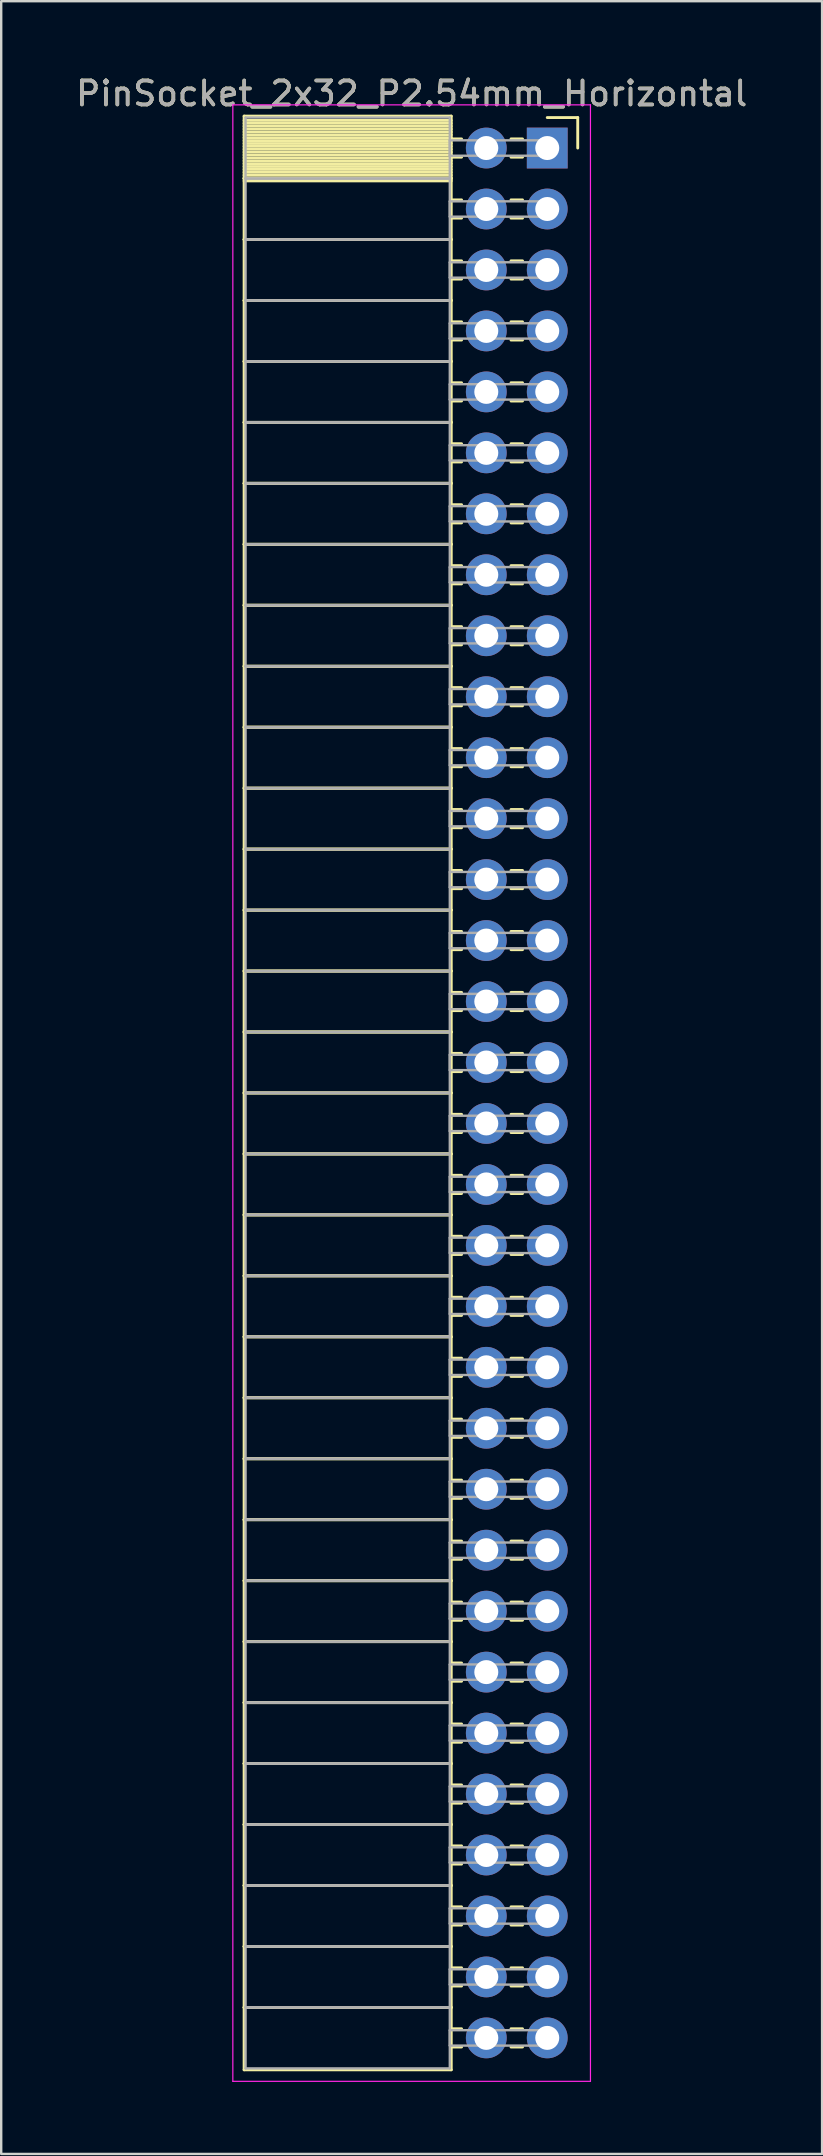
<source format=kicad_pcb>
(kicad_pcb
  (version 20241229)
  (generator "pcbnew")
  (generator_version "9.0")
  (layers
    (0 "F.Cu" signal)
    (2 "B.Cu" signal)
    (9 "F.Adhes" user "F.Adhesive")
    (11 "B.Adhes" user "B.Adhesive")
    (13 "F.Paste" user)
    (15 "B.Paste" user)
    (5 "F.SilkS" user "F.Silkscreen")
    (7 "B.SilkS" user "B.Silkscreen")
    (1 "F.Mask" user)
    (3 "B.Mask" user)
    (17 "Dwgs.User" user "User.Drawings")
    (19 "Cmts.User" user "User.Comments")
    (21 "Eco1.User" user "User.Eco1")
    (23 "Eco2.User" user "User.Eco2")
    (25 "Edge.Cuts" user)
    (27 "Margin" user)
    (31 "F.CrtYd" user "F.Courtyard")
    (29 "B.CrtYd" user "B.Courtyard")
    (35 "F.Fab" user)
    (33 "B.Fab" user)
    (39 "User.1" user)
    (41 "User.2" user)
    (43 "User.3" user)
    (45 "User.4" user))
  (footprint "PinSocket_2x32_P2.54mm_Horizontal"
    (layer "F.Cu")
    (at 19.751 3.118)
    (property "Reference" "PinSocket_2x32_P2.54mm_Horizontal" (at -5.65 -2.27 0) (layer "F.SilkS") (effects (font (size 1 1) (thickness 0.15))))
    (attr through_hole)
    (fp_line (start -12.63 -1.33) (end -4 -1.33) (stroke (width 0.12) (type solid)) (layer "F.SilkS"))
    (fp_line (start -12.63 1.27) (end -12.63 -1.33) (stroke (width 0.12) (type solid)) (layer "F.SilkS"))
    (fp_line (start -12.63 1.27) (end -4 1.27) (stroke (width 0.12) (type solid)) (layer "F.SilkS"))
    (fp_line (start -12.63 3.81) (end -12.63 1.27) (stroke (width 0.12) (type solid)) (layer "F.SilkS"))
    (fp_line (start -12.63 3.81) (end -4 3.81) (stroke (width 0.12) (type solid)) (layer "F.SilkS"))
    (fp_line (start -12.63 6.35) (end -12.63 3.81) (stroke (width 0.12) (type solid)) (layer "F.SilkS"))
    (fp_line (start -12.63 6.35) (end -4 6.35) (stroke (width 0.12) (type solid)) (layer "F.SilkS"))
    (fp_line (start -12.63 8.89) (end -12.63 6.35) (stroke (width 0.12) (type solid)) (layer "F.SilkS"))
    (fp_line (start -12.63 8.89) (end -4 8.89) (stroke (width 0.12) (type solid)) (layer "F.SilkS"))
    (fp_line (start -12.63 11.43) (end -12.63 8.89) (stroke (width 0.12) (type solid)) (layer "F.SilkS"))
    (fp_line (start -12.63 11.43) (end -4 11.43) (stroke (width 0.12) (type solid)) (layer "F.SilkS"))
    (fp_line (start -12.63 13.97) (end -12.63 11.43) (stroke (width 0.12) (type solid)) (layer "F.SilkS"))
    (fp_line (start -12.63 13.97) (end -4 13.97) (stroke (width 0.12) (type solid)) (layer "F.SilkS"))
    (fp_line (start -12.63 16.51) (end -12.63 13.97) (stroke (width 0.12) (type solid)) (layer "F.SilkS"))
    (fp_line (start -12.63 16.51) (end -4 16.51) (stroke (width 0.12) (type solid)) (layer "F.SilkS"))
    (fp_line (start -12.63 19.05) (end -12.63 16.51) (stroke (width 0.12) (type solid)) (layer "F.SilkS"))
    (fp_line (start -12.63 19.05) (end -4 19.05) (stroke (width 0.12) (type solid)) (layer "F.SilkS"))
    (fp_line (start -12.63 21.59) (end -12.63 19.05) (stroke (width 0.12) (type solid)) (layer "F.SilkS"))
    (fp_line (start -12.63 21.59) (end -4 21.59) (stroke (width 0.12) (type solid)) (layer "F.SilkS"))
    (fp_line (start -12.63 24.13) (end -12.63 21.59) (stroke (width 0.12) (type solid)) (layer "F.SilkS"))
    (fp_line (start -12.63 24.13) (end -4 24.13) (stroke (width 0.12) (type solid)) (layer "F.SilkS"))
    (fp_line (start -12.63 26.67) (end -12.63 24.13) (stroke (width 0.12) (type solid)) (layer "F.SilkS"))
    (fp_line (start -12.63 26.67) (end -4 26.67) (stroke (width 0.12) (type solid)) (layer "F.SilkS"))
    (fp_line (start -12.63 29.21) (end -12.63 26.67) (stroke (width 0.12) (type solid)) (layer "F.SilkS"))
    (fp_line (start -12.63 29.21) (end -4 29.21) (stroke (width 0.12) (type solid)) (layer "F.SilkS"))
    (fp_line (start -12.63 31.75) (end -12.63 29.21) (stroke (width 0.12) (type solid)) (layer "F.SilkS"))
    (fp_line (start -12.63 31.75) (end -4 31.75) (stroke (width 0.12) (type solid)) (layer "F.SilkS"))
    (fp_line (start -12.63 34.29) (end -12.63 31.75) (stroke (width 0.12) (type solid)) (layer "F.SilkS"))
    (fp_line (start -12.63 34.29) (end -4 34.29) (stroke (width 0.12) (type solid)) (layer "F.SilkS"))
    (fp_line (start -12.63 36.83) (end -12.63 34.29) (stroke (width 0.12) (type solid)) (layer "F.SilkS"))
    (fp_line (start -12.63 36.83) (end -4 36.83) (stroke (width 0.12) (type solid)) (layer "F.SilkS"))
    (fp_line (start -12.63 39.37) (end -12.63 36.83) (stroke (width 0.12) (type solid)) (layer "F.SilkS"))
    (fp_line (start -12.63 39.37) (end -4 39.37) (stroke (width 0.12) (type solid)) (layer "F.SilkS"))
    (fp_line (start -12.63 41.91) (end -12.63 39.37) (stroke (width 0.12) (type solid)) (layer "F.SilkS"))
    (fp_line (start -12.63 41.91) (end -4 41.91) (stroke (width 0.12) (type solid)) (layer "F.SilkS"))
    (fp_line (start -12.63 44.45) (end -12.63 41.91) (stroke (width 0.12) (type solid)) (layer "F.SilkS"))
    (fp_line (start -12.63 44.45) (end -4 44.45) (stroke (width 0.12) (type solid)) (layer "F.SilkS"))
    (fp_line (start -12.63 46.99) (end -12.63 44.45) (stroke (width 0.12) (type solid)) (layer "F.SilkS"))
    (fp_line (start -12.63 46.99) (end -4 46.99) (stroke (width 0.12) (type solid)) (layer "F.SilkS"))
    (fp_line (start -12.63 49.53) (end -12.63 46.99) (stroke (width 0.12) (type solid)) (layer "F.SilkS"))
    (fp_line (start -12.63 49.53) (end -4 49.53) (stroke (width 0.12) (type solid)) (layer "F.SilkS"))
    (fp_line (start -12.63 52.07) (end -12.63 49.53) (stroke (width 0.12) (type solid)) (layer "F.SilkS"))
    (fp_line (start -12.63 52.07) (end -4 52.07) (stroke (width 0.12) (type solid)) (layer "F.SilkS"))
    (fp_line (start -12.63 54.61) (end -12.63 52.07) (stroke (width 0.12) (type solid)) (layer "F.SilkS"))
    (fp_line (start -12.63 54.61) (end -4 54.61) (stroke (width 0.12) (type solid)) (layer "F.SilkS"))
    (fp_line (start -12.63 57.15) (end -12.63 54.61) (stroke (width 0.12) (type solid)) (layer "F.SilkS"))
    (fp_line (start -12.63 57.15) (end -4 57.15) (stroke (width 0.12) (type solid)) (layer "F.SilkS"))
    (fp_line (start -12.63 59.69) (end -12.63 57.15) (stroke (width 0.12) (type solid)) (layer "F.SilkS"))
    (fp_line (start -12.63 59.69) (end -4 59.69) (stroke (width 0.12) (type solid)) (layer "F.SilkS"))
    (fp_line (start -12.63 62.23) (end -12.63 59.69) (stroke (width 0.12) (type solid)) (layer "F.SilkS"))
    (fp_line (start -12.63 62.23) (end -4 62.23) (stroke (width 0.12) (type solid)) (layer "F.SilkS"))
    (fp_line (start -12.63 64.77) (end -12.63 62.23) (stroke (width 0.12) (type solid)) (layer "F.SilkS"))
    (fp_line (start -12.63 64.77) (end -4 64.77) (stroke (width 0.12) (type solid)) (layer "F.SilkS"))
    (fp_line (start -12.63 67.31) (end -12.63 64.77) (stroke (width 0.12) (type solid)) (layer "F.SilkS"))
    (fp_line (start -12.63 67.31) (end -4 67.31) (stroke (width 0.12) (type solid)) (layer "F.SilkS"))
    (fp_line (start -12.63 69.85) (end -12.63 67.31) (stroke (width 0.12) (type solid)) (layer "F.SilkS"))
    (fp_line (start -12.63 69.85) (end -4 69.85) (stroke (width 0.12) (type solid)) (layer "F.SilkS"))
    (fp_line (start -12.63 72.39) (end -12.63 69.85) (stroke (width 0.12) (type solid)) (layer "F.SilkS"))
    (fp_line (start -12.63 72.39) (end -4 72.39) (stroke (width 0.12) (type solid)) (layer "F.SilkS"))
    (fp_line (start -12.63 74.93) (end -12.63 72.39) (stroke (width 0.12) (type solid)) (layer "F.SilkS"))
    (fp_line (start -12.63 74.93) (end -4 74.93) (stroke (width 0.12) (type solid)) (layer "F.SilkS"))
    (fp_line (start -12.63 77.47) (end -12.63 74.93) (stroke (width 0.12) (type solid)) (layer "F.SilkS"))
    (fp_line (start -12.63 77.47) (end -4 77.47) (stroke (width 0.12) (type solid)) (layer "F.SilkS"))
    (fp_line (start -12.63 80.07) (end -12.63 77.47) (stroke (width 0.12) (type solid)) (layer "F.SilkS"))
    (fp_line (start -4 -1.33) (end -4 1.27) (stroke (width 0.12) (type solid)) (layer "F.SilkS"))
    (fp_line (start -4 -1.15) (end -12.63 -1.15) (stroke (width 0.12) (type solid)) (layer "F.SilkS"))
    (fp_line (start -4 -1.03) (end -12.63 -1.03) (stroke (width 0.12) (type solid)) (layer "F.SilkS"))
    (fp_line (start -4 -0.91) (end -12.63 -0.91) (stroke (width 0.12) (type solid)) (layer "F.SilkS"))
    (fp_line (start -4 -0.79) (end -12.63 -0.79) (stroke (width 0.12) (type solid)) (layer "F.SilkS"))
    (fp_line (start -4 -0.67) (end -12.63 -0.67) (stroke (width 0.12) (type solid)) (layer "F.SilkS"))
    (fp_line (start -4 -0.55) (end -12.63 -0.55) (stroke (width 0.12) (type solid)) (layer "F.SilkS"))
    (fp_line (start -4 -0.43) (end -12.63 -0.43) (stroke (width 0.12) (type solid)) (layer "F.SilkS"))
    (fp_line (start -4 -0.31) (end -12.63 -0.31) (stroke (width 0.12) (type solid)) (layer "F.SilkS"))
    (fp_line (start -4 -0.19) (end -12.63 -0.19) (stroke (width 0.12) (type solid)) (layer "F.SilkS"))
    (fp_line (start -4 -0.07) (end -12.63 -0.07) (stroke (width 0.12) (type solid)) (layer "F.SilkS"))
    (fp_line (start -4 0.05) (end -12.63 0.05) (stroke (width 0.12) (type solid)) (layer "F.SilkS"))
    (fp_line (start -4 0.17) (end -12.63 0.17) (stroke (width 0.12) (type solid)) (layer "F.SilkS"))
    (fp_line (start -4 0.29) (end -12.63 0.29) (stroke (width 0.12) (type solid)) (layer "F.SilkS"))
    (fp_line (start -4 0.41) (end -12.63 0.41) (stroke (width 0.12) (type solid)) (layer "F.SilkS"))
    (fp_line (start -4 0.53) (end -12.63 0.53) (stroke (width 0.12) (type solid)) (layer "F.SilkS"))
    (fp_line (start -4 0.65) (end -12.63 0.65) (stroke (width 0.12) (type solid)) (layer "F.SilkS"))
    (fp_line (start -4 0.77) (end -12.63 0.77) (stroke (width 0.12) (type solid)) (layer "F.SilkS"))
    (fp_line (start -4 0.89) (end -12.63 0.89) (stroke (width 0.12) (type solid)) (layer "F.SilkS"))
    (fp_line (start -4 1.01) (end -12.63 1.01) (stroke (width 0.12) (type solid)) (layer "F.SilkS"))
    (fp_line (start -4 1.13) (end -12.63 1.13) (stroke (width 0.12) (type solid)) (layer "F.SilkS"))
    (fp_line (start -4 1.25) (end -12.63 1.25) (stroke (width 0.12) (type solid)) (layer "F.SilkS"))
    (fp_line (start -4 1.27) (end -12.63 1.27) (stroke (width 0.12) (type solid)) (layer "F.SilkS"))
    (fp_line (start -4 1.27) (end -4 3.81) (stroke (width 0.12) (type solid)) (layer "F.SilkS"))
    (fp_line (start -4 1.37) (end -12.63 1.37) (stroke (width 0.12) (type solid)) (layer "F.SilkS"))
    (fp_line (start -4 3.81) (end -12.63 3.81) (stroke (width 0.12) (type solid)) (layer "F.SilkS"))
    (fp_line (start -4 3.81) (end -4 6.35) (stroke (width 0.12) (type solid)) (layer "F.SilkS"))
    (fp_line (start -4 6.35) (end -12.63 6.35) (stroke (width 0.12) (type solid)) (layer "F.SilkS"))
    (fp_line (start -4 6.35) (end -4 8.89) (stroke (width 0.12) (type solid)) (layer "F.SilkS"))
    (fp_line (start -4 8.89) (end -12.63 8.89) (stroke (width 0.12) (type solid)) (layer "F.SilkS"))
    (fp_line (start -4 8.89) (end -4 11.43) (stroke (width 0.12) (type solid)) (layer "F.SilkS"))
    (fp_line (start -4 11.43) (end -12.63 11.43) (stroke (width 0.12) (type solid)) (layer "F.SilkS"))
    (fp_line (start -4 11.43) (end -4 13.97) (stroke (width 0.12) (type solid)) (layer "F.SilkS"))
    (fp_line (start -4 13.97) (end -12.63 13.97) (stroke (width 0.12) (type solid)) (layer "F.SilkS"))
    (fp_line (start -4 13.97) (end -4 16.51) (stroke (width 0.12) (type solid)) (layer "F.SilkS"))
    (fp_line (start -4 16.51) (end -12.63 16.51) (stroke (width 0.12) (type solid)) (layer "F.SilkS"))
    (fp_line (start -4 16.51) (end -4 19.05) (stroke (width 0.12) (type solid)) (layer "F.SilkS"))
    (fp_line (start -4 19.05) (end -12.63 19.05) (stroke (width 0.12) (type solid)) (layer "F.SilkS"))
    (fp_line (start -4 19.05) (end -4 21.59) (stroke (width 0.12) (type solid)) (layer "F.SilkS"))
    (fp_line (start -4 21.59) (end -12.63 21.59) (stroke (width 0.12) (type solid)) (layer "F.SilkS"))
    (fp_line (start -4 21.59) (end -4 24.13) (stroke (width 0.12) (type solid)) (layer "F.SilkS"))
    (fp_line (start -4 24.13) (end -12.63 24.13) (stroke (width 0.12) (type solid)) (layer "F.SilkS"))
    (fp_line (start -4 24.13) (end -4 26.67) (stroke (width 0.12) (type solid)) (layer "F.SilkS"))
    (fp_line (start -4 26.67) (end -12.63 26.67) (stroke (width 0.12) (type solid)) (layer "F.SilkS"))
    (fp_line (start -4 26.67) (end -4 29.21) (stroke (width 0.12) (type solid)) (layer "F.SilkS"))
    (fp_line (start -4 29.21) (end -12.63 29.21) (stroke (width 0.12) (type solid)) (layer "F.SilkS"))
    (fp_line (start -4 29.21) (end -4 31.75) (stroke (width 0.12) (type solid)) (layer "F.SilkS"))
    (fp_line (start -4 31.75) (end -12.63 31.75) (stroke (width 0.12) (type solid)) (layer "F.SilkS"))
    (fp_line (start -4 31.75) (end -4 34.29) (stroke (width 0.12) (type solid)) (layer "F.SilkS"))
    (fp_line (start -4 34.29) (end -12.63 34.29) (stroke (width 0.12) (type solid)) (layer "F.SilkS"))
    (fp_line (start -4 34.29) (end -4 36.83) (stroke (width 0.12) (type solid)) (layer "F.SilkS"))
    (fp_line (start -4 36.83) (end -12.63 36.83) (stroke (width 0.12) (type solid)) (layer "F.SilkS"))
    (fp_line (start -4 36.83) (end -4 39.37) (stroke (width 0.12) (type solid)) (layer "F.SilkS"))
    (fp_line (start -4 39.37) (end -12.63 39.37) (stroke (width 0.12) (type solid)) (layer "F.SilkS"))
    (fp_line (start -4 39.37) (end -4 41.91) (stroke (width 0.12) (type solid)) (layer "F.SilkS"))
    (fp_line (start -4 41.91) (end -12.63 41.91) (stroke (width 0.12) (type solid)) (layer "F.SilkS"))
    (fp_line (start -4 41.91) (end -4 44.45) (stroke (width 0.12) (type solid)) (layer "F.SilkS"))
    (fp_line (start -4 44.45) (end -12.63 44.45) (stroke (width 0.12) (type solid)) (layer "F.SilkS"))
    (fp_line (start -4 44.45) (end -4 46.99) (stroke (width 0.12) (type solid)) (layer "F.SilkS"))
    (fp_line (start -4 46.99) (end -12.63 46.99) (stroke (width 0.12) (type solid)) (layer "F.SilkS"))
    (fp_line (start -4 46.99) (end -4 49.53) (stroke (width 0.12) (type solid)) (layer "F.SilkS"))
    (fp_line (start -4 49.53) (end -12.63 49.53) (stroke (width 0.12) (type solid)) (layer "F.SilkS"))
    (fp_line (start -4 49.53) (end -4 52.07) (stroke (width 0.12) (type solid)) (layer "F.SilkS"))
    (fp_line (start -4 52.07) (end -12.63 52.07) (stroke (width 0.12) (type solid)) (layer "F.SilkS"))
    (fp_line (start -4 52.07) (end -4 54.61) (stroke (width 0.12) (type solid)) (layer "F.SilkS"))
    (fp_line (start -4 54.61) (end -12.63 54.61) (stroke (width 0.12) (type solid)) (layer "F.SilkS"))
    (fp_line (start -4 54.61) (end -4 57.15) (stroke (width 0.12) (type solid)) (layer "F.SilkS"))
    (fp_line (start -4 57.15) (end -12.63 57.15) (stroke (width 0.12) (type solid)) (layer "F.SilkS"))
    (fp_line (start -4 57.15) (end -4 59.69) (stroke (width 0.12) (type solid)) (layer "F.SilkS"))
    (fp_line (start -4 59.69) (end -12.63 59.69) (stroke (width 0.12) (type solid)) (layer "F.SilkS"))
    (fp_line (start -4 59.69) (end -4 62.23) (stroke (width 0.12) (type solid)) (layer "F.SilkS"))
    (fp_line (start -4 62.23) (end -12.63 62.23) (stroke (width 0.12) (type solid)) (layer "F.SilkS"))
    (fp_line (start -4 62.23) (end -4 64.77) (stroke (width 0.12) (type solid)) (layer "F.SilkS"))
    (fp_line (start -4 64.77) (end -12.63 64.77) (stroke (width 0.12) (type solid)) (layer "F.SilkS"))
    (fp_line (start -4 64.77) (end -4 67.31) (stroke (width 0.12) (type solid)) (layer "F.SilkS"))
    (fp_line (start -4 67.31) (end -12.63 67.31) (stroke (width 0.12) (type solid)) (layer "F.SilkS"))
    (fp_line (start -4 67.31) (end -4 69.85) (stroke (width 0.12) (type solid)) (layer "F.SilkS"))
    (fp_line (start -4 69.85) (end -12.63 69.85) (stroke (width 0.12) (type solid)) (layer "F.SilkS"))
    (fp_line (start -4 69.85) (end -4 72.39) (stroke (width 0.12) (type solid)) (layer "F.SilkS"))
    (fp_line (start -4 72.39) (end -12.63 72.39) (stroke (width 0.12) (type solid)) (layer "F.SilkS"))
    (fp_line (start -4 72.39) (end -4 74.93) (stroke (width 0.12) (type solid)) (layer "F.SilkS"))
    (fp_line (start -4 74.93) (end -12.63 74.93) (stroke (width 0.12) (type solid)) (layer "F.SilkS"))
    (fp_line (start -4 74.93) (end -4 77.47) (stroke (width 0.12) (type solid)) (layer "F.SilkS"))
    (fp_line (start -4 77.47) (end -12.63 77.47) (stroke (width 0.12) (type solid)) (layer "F.SilkS"))
    (fp_line (start -4 77.47) (end -4 80.07) (stroke (width 0.12) (type solid)) (layer "F.SilkS"))
    (fp_line (start -4 80.07) (end -12.63 80.07) (stroke (width 0.12) (type solid)) (layer "F.SilkS"))
    (fp_line (start -3.57 -0.38) (end -4 -0.38) (stroke (width 0.12) (type solid)) (layer "F.SilkS"))
    (fp_line (start -3.57 0.38) (end -4 0.38) (stroke (width 0.12) (type solid)) (layer "F.SilkS"))
    (fp_line (start -3.57 2.16) (end -4 2.16) (stroke (width 0.12) (type solid)) (layer "F.SilkS"))
    (fp_line (start -3.57 2.92) (end -4 2.92) (stroke (width 0.12) (type solid)) (layer "F.SilkS"))
    (fp_line (start -3.57 4.7) (end -4 4.7) (stroke (width 0.12) (type solid)) (layer "F.SilkS"))
    (fp_line (start -3.57 5.46) (end -4 5.46) (stroke (width 0.12) (type solid)) (layer "F.SilkS"))
    (fp_line (start -3.57 7.24) (end -4 7.24) (stroke (width 0.12) (type solid)) (layer "F.SilkS"))
    (fp_line (start -3.57 8) (end -4 8) (stroke (width 0.12) (type solid)) (layer "F.SilkS"))
    (fp_line (start -3.57 9.78) (end -4 9.78) (stroke (width 0.12) (type solid)) (layer "F.SilkS"))
    (fp_line (start -3.57 10.54) (end -4 10.54) (stroke (width 0.12) (type solid)) (layer "F.SilkS"))
    (fp_line (start -3.57 12.32) (end -4 12.32) (stroke (width 0.12) (type solid)) (layer "F.SilkS"))
    (fp_line (start -3.57 13.08) (end -4 13.08) (stroke (width 0.12) (type solid)) (layer "F.SilkS"))
    (fp_line (start -3.57 14.86) (end -4 14.86) (stroke (width 0.12) (type solid)) (layer "F.SilkS"))
    (fp_line (start -3.57 15.62) (end -4 15.62) (stroke (width 0.12) (type solid)) (layer "F.SilkS"))
    (fp_line (start -3.57 17.4) (end -4 17.4) (stroke (width 0.12) (type solid)) (layer "F.SilkS"))
    (fp_line (start -3.57 18.16) (end -4 18.16) (stroke (width 0.12) (type solid)) (layer "F.SilkS"))
    (fp_line (start -3.57 19.94) (end -4 19.94) (stroke (width 0.12) (type solid)) (layer "F.SilkS"))
    (fp_line (start -3.57 20.7) (end -4 20.7) (stroke (width 0.12) (type solid)) (layer "F.SilkS"))
    (fp_line (start -3.57 22.48) (end -4 22.48) (stroke (width 0.12) (type solid)) (layer "F.SilkS"))
    (fp_line (start -3.57 23.24) (end -4 23.24) (stroke (width 0.12) (type solid)) (layer "F.SilkS"))
    (fp_line (start -3.57 25.02) (end -4 25.02) (stroke (width 0.12) (type solid)) (layer "F.SilkS"))
    (fp_line (start -3.57 25.78) (end -4 25.78) (stroke (width 0.12) (type solid)) (layer "F.SilkS"))
    (fp_line (start -3.57 27.56) (end -4 27.56) (stroke (width 0.12) (type solid)) (layer "F.SilkS"))
    (fp_line (start -3.57 28.32) (end -4 28.32) (stroke (width 0.12) (type solid)) (layer "F.SilkS"))
    (fp_line (start -3.57 30.1) (end -4 30.1) (stroke (width 0.12) (type solid)) (layer "F.SilkS"))
    (fp_line (start -3.57 30.86) (end -4 30.86) (stroke (width 0.12) (type solid)) (layer "F.SilkS"))
    (fp_line (start -3.57 32.64) (end -4 32.64) (stroke (width 0.12) (type solid)) (layer "F.SilkS"))
    (fp_line (start -3.57 33.4) (end -4 33.4) (stroke (width 0.12) (type solid)) (layer "F.SilkS"))
    (fp_line (start -3.57 35.18) (end -4 35.18) (stroke (width 0.12) (type solid)) (layer "F.SilkS"))
    (fp_line (start -3.57 35.94) (end -4 35.94) (stroke (width 0.12) (type solid)) (layer "F.SilkS"))
    (fp_line (start -3.57 37.72) (end -4 37.72) (stroke (width 0.12) (type solid)) (layer "F.SilkS"))
    (fp_line (start -3.57 38.48) (end -4 38.48) (stroke (width 0.12) (type solid)) (layer "F.SilkS"))
    (fp_line (start -3.57 40.26) (end -4 40.26) (stroke (width 0.12) (type solid)) (layer "F.SilkS"))
    (fp_line (start -3.57 41.02) (end -4 41.02) (stroke (width 0.12) (type solid)) (layer "F.SilkS"))
    (fp_line (start -3.57 42.8) (end -4 42.8) (stroke (width 0.12) (type solid)) (layer "F.SilkS"))
    (fp_line (start -3.57 43.56) (end -4 43.56) (stroke (width 0.12) (type solid)) (layer "F.SilkS"))
    (fp_line (start -3.57 45.34) (end -4 45.34) (stroke (width 0.12) (type solid)) (layer "F.SilkS"))
    (fp_line (start -3.57 46.1) (end -4 46.1) (stroke (width 0.12) (type solid)) (layer "F.SilkS"))
    (fp_line (start -3.57 47.88) (end -4 47.88) (stroke (width 0.12) (type solid)) (layer "F.SilkS"))
    (fp_line (start -3.57 48.64) (end -4 48.64) (stroke (width 0.12) (type solid)) (layer "F.SilkS"))
    (fp_line (start -3.57 50.42) (end -4 50.42) (stroke (width 0.12) (type solid)) (layer "F.SilkS"))
    (fp_line (start -3.57 51.18) (end -4 51.18) (stroke (width 0.12) (type solid)) (layer "F.SilkS"))
    (fp_line (start -3.57 52.96) (end -4 52.96) (stroke (width 0.12) (type solid)) (layer "F.SilkS"))
    (fp_line (start -3.57 53.72) (end -4 53.72) (stroke (width 0.12) (type solid)) (layer "F.SilkS"))
    (fp_line (start -3.57 55.5) (end -4 55.5) (stroke (width 0.12) (type solid)) (layer "F.SilkS"))
    (fp_line (start -3.57 56.26) (end -4 56.26) (stroke (width 0.12) (type solid)) (layer "F.SilkS"))
    (fp_line (start -3.57 58.04) (end -4 58.04) (stroke (width 0.12) (type solid)) (layer "F.SilkS"))
    (fp_line (start -3.57 58.8) (end -4 58.8) (stroke (width 0.12) (type solid)) (layer "F.SilkS"))
    (fp_line (start -3.57 60.58) (end -4 60.58) (stroke (width 0.12) (type solid)) (layer "F.SilkS"))
    (fp_line (start -3.57 61.34) (end -4 61.34) (stroke (width 0.12) (type solid)) (layer "F.SilkS"))
    (fp_line (start -3.57 63.12) (end -4 63.12) (stroke (width 0.12) (type solid)) (layer "F.SilkS"))
    (fp_line (start -3.57 63.88) (end -4 63.88) (stroke (width 0.12) (type solid)) (layer "F.SilkS"))
    (fp_line (start -3.57 65.66) (end -4 65.66) (stroke (width 0.12) (type solid)) (layer "F.SilkS"))
    (fp_line (start -3.57 66.42) (end -4 66.42) (stroke (width 0.12) (type solid)) (layer "F.SilkS"))
    (fp_line (start -3.57 68.2) (end -4 68.2) (stroke (width 0.12) (type solid)) (layer "F.SilkS"))
    (fp_line (start -3.57 68.96) (end -4 68.96) (stroke (width 0.12) (type solid)) (layer "F.SilkS"))
    (fp_line (start -3.57 70.74) (end -4 70.74) (stroke (width 0.12) (type solid)) (layer "F.SilkS"))
    (fp_line (start -3.57 71.5) (end -4 71.5) (stroke (width 0.12) (type solid)) (layer "F.SilkS"))
    (fp_line (start -3.57 73.28) (end -4 73.28) (stroke (width 0.12) (type solid)) (layer "F.SilkS"))
    (fp_line (start -3.57 74.04) (end -4 74.04) (stroke (width 0.12) (type solid)) (layer "F.SilkS"))
    (fp_line (start -3.57 75.82) (end -4 75.82) (stroke (width 0.12) (type solid)) (layer "F.SilkS"))
    (fp_line (start -3.57 76.58) (end -4 76.58) (stroke (width 0.12) (type solid)) (layer "F.SilkS"))
    (fp_line (start -3.57 78.36) (end -4 78.36) (stroke (width 0.12) (type solid)) (layer "F.SilkS"))
    (fp_line (start -3.57 79.12) (end -4 79.12) (stroke (width 0.12) (type solid)) (layer "F.SilkS"))
    (fp_line (start -1.03 -0.38) (end -1.51 -0.38) (stroke (width 0.12) (type solid)) (layer "F.SilkS"))
    (fp_line (start -1.03 0.38) (end -1.51 0.38) (stroke (width 0.12) (type solid)) (layer "F.SilkS"))
    (fp_line (start -1.03 2.16) (end -1.51 2.16) (stroke (width 0.12) (type solid)) (layer "F.SilkS"))
    (fp_line (start -1.03 2.92) (end -1.51 2.92) (stroke (width 0.12) (type solid)) (layer "F.SilkS"))
    (fp_line (start -1.03 4.7) (end -1.51 4.7) (stroke (width 0.12) (type solid)) (layer "F.SilkS"))
    (fp_line (start -1.03 5.46) (end -1.51 5.46) (stroke (width 0.12) (type solid)) (layer "F.SilkS"))
    (fp_line (start -1.03 7.24) (end -1.51 7.24) (stroke (width 0.12) (type solid)) (layer "F.SilkS"))
    (fp_line (start -1.03 8) (end -1.51 8) (stroke (width 0.12) (type solid)) (layer "F.SilkS"))
    (fp_line (start -1.03 9.78) (end -1.51 9.78) (stroke (width 0.12) (type solid)) (layer "F.SilkS"))
    (fp_line (start -1.03 10.54) (end -1.51 10.54) (stroke (width 0.12) (type solid)) (layer "F.SilkS"))
    (fp_line (start -1.03 12.32) (end -1.51 12.32) (stroke (width 0.12) (type solid)) (layer "F.SilkS"))
    (fp_line (start -1.03 13.08) (end -1.51 13.08) (stroke (width 0.12) (type solid)) (layer "F.SilkS"))
    (fp_line (start -1.03 14.86) (end -1.51 14.86) (stroke (width 0.12) (type solid)) (layer "F.SilkS"))
    (fp_line (start -1.03 15.62) (end -1.51 15.62) (stroke (width 0.12) (type solid)) (layer "F.SilkS"))
    (fp_line (start -1.03 17.4) (end -1.51 17.4) (stroke (width 0.12) (type solid)) (layer "F.SilkS"))
    (fp_line (start -1.03 18.16) (end -1.51 18.16) (stroke (width 0.12) (type solid)) (layer "F.SilkS"))
    (fp_line (start -1.03 19.94) (end -1.51 19.94) (stroke (width 0.12) (type solid)) (layer "F.SilkS"))
    (fp_line (start -1.03 20.7) (end -1.51 20.7) (stroke (width 0.12) (type solid)) (layer "F.SilkS"))
    (fp_line (start -1.03 22.48) (end -1.51 22.48) (stroke (width 0.12) (type solid)) (layer "F.SilkS"))
    (fp_line (start -1.03 23.24) (end -1.51 23.24) (stroke (width 0.12) (type solid)) (layer "F.SilkS"))
    (fp_line (start -1.03 25.02) (end -1.51 25.02) (stroke (width 0.12) (type solid)) (layer "F.SilkS"))
    (fp_line (start -1.03 25.78) (end -1.51 25.78) (stroke (width 0.12) (type solid)) (layer "F.SilkS"))
    (fp_line (start -1.03 27.56) (end -1.51 27.56) (stroke (width 0.12) (type solid)) (layer "F.SilkS"))
    (fp_line (start -1.03 28.32) (end -1.51 28.32) (stroke (width 0.12) (type solid)) (layer "F.SilkS"))
    (fp_line (start -1.03 30.1) (end -1.51 30.1) (stroke (width 0.12) (type solid)) (layer "F.SilkS"))
    (fp_line (start -1.03 30.86) (end -1.51 30.86) (stroke (width 0.12) (type solid)) (layer "F.SilkS"))
    (fp_line (start -1.03 32.64) (end -1.51 32.64) (stroke (width 0.12) (type solid)) (layer "F.SilkS"))
    (fp_line (start -1.03 33.4) (end -1.51 33.4) (stroke (width 0.12) (type solid)) (layer "F.SilkS"))
    (fp_line (start -1.03 35.18) (end -1.51 35.18) (stroke (width 0.12) (type solid)) (layer "F.SilkS"))
    (fp_line (start -1.03 35.94) (end -1.51 35.94) (stroke (width 0.12) (type solid)) (layer "F.SilkS"))
    (fp_line (start -1.03 37.72) (end -1.51 37.72) (stroke (width 0.12) (type solid)) (layer "F.SilkS"))
    (fp_line (start -1.03 38.48) (end -1.51 38.48) (stroke (width 0.12) (type solid)) (layer "F.SilkS"))
    (fp_line (start -1.03 40.26) (end -1.51 40.26) (stroke (width 0.12) (type solid)) (layer "F.SilkS"))
    (fp_line (start -1.03 41.02) (end -1.51 41.02) (stroke (width 0.12) (type solid)) (layer "F.SilkS"))
    (fp_line (start -1.03 42.8) (end -1.51 42.8) (stroke (width 0.12) (type solid)) (layer "F.SilkS"))
    (fp_line (start -1.03 43.56) (end -1.51 43.56) (stroke (width 0.12) (type solid)) (layer "F.SilkS"))
    (fp_line (start -1.03 45.34) (end -1.51 45.34) (stroke (width 0.12) (type solid)) (layer "F.SilkS"))
    (fp_line (start -1.03 46.1) (end -1.51 46.1) (stroke (width 0.12) (type solid)) (layer "F.SilkS"))
    (fp_line (start -1.03 47.88) (end -1.51 47.88) (stroke (width 0.12) (type solid)) (layer "F.SilkS"))
    (fp_line (start -1.03 48.64) (end -1.51 48.64) (stroke (width 0.12) (type solid)) (layer "F.SilkS"))
    (fp_line (start -1.03 50.42) (end -1.51 50.42) (stroke (width 0.12) (type solid)) (layer "F.SilkS"))
    (fp_line (start -1.03 51.18) (end -1.51 51.18) (stroke (width 0.12) (type solid)) (layer "F.SilkS"))
    (fp_line (start -1.03 52.96) (end -1.51 52.96) (stroke (width 0.12) (type solid)) (layer "F.SilkS"))
    (fp_line (start -1.03 53.72) (end -1.51 53.72) (stroke (width 0.12) (type solid)) (layer "F.SilkS"))
    (fp_line (start -1.03 55.5) (end -1.51 55.5) (stroke (width 0.12) (type solid)) (layer "F.SilkS"))
    (fp_line (start -1.03 56.26) (end -1.51 56.26) (stroke (width 0.12) (type solid)) (layer "F.SilkS"))
    (fp_line (start -1.03 58.04) (end -1.51 58.04) (stroke (width 0.12) (type solid)) (layer "F.SilkS"))
    (fp_line (start -1.03 58.8) (end -1.51 58.8) (stroke (width 0.12) (type solid)) (layer "F.SilkS"))
    (fp_line (start -1.03 60.58) (end -1.51 60.58) (stroke (width 0.12) (type solid)) (layer "F.SilkS"))
    (fp_line (start -1.03 61.34) (end -1.51 61.34) (stroke (width 0.12) (type solid)) (layer "F.SilkS"))
    (fp_line (start -1.03 63.12) (end -1.51 63.12) (stroke (width 0.12) (type solid)) (layer "F.SilkS"))
    (fp_line (start -1.03 63.88) (end -1.51 63.88) (stroke (width 0.12) (type solid)) (layer "F.SilkS"))
    (fp_line (start -1.03 65.66) (end -1.51 65.66) (stroke (width 0.12) (type solid)) (layer "F.SilkS"))
    (fp_line (start -1.03 66.42) (end -1.51 66.42) (stroke (width 0.12) (type solid)) (layer "F.SilkS"))
    (fp_line (start -1.03 68.2) (end -1.51 68.2) (stroke (width 0.12) (type solid)) (layer "F.SilkS"))
    (fp_line (start -1.03 68.96) (end -1.51 68.96) (stroke (width 0.12) (type solid)) (layer "F.SilkS"))
    (fp_line (start -1.03 70.74) (end -1.51 70.74) (stroke (width 0.12) (type solid)) (layer "F.SilkS"))
    (fp_line (start -1.03 71.5) (end -1.51 71.5) (stroke (width 0.12) (type solid)) (layer "F.SilkS"))
    (fp_line (start -1.03 73.28) (end -1.51 73.28) (stroke (width 0.12) (type solid)) (layer "F.SilkS"))
    (fp_line (start -1.03 74.04) (end -1.51 74.04) (stroke (width 0.12) (type solid)) (layer "F.SilkS"))
    (fp_line (start -1.03 75.82) (end -1.51 75.82) (stroke (width 0.12) (type solid)) (layer "F.SilkS"))
    (fp_line (start -1.03 76.58) (end -1.51 76.58) (stroke (width 0.12) (type solid)) (layer "F.SilkS"))
    (fp_line (start -1.03 78.36) (end -1.51 78.36) (stroke (width 0.12) (type solid)) (layer "F.SilkS"))
    (fp_line (start -1.03 79.12) (end -1.51 79.12) (stroke (width 0.12) (type solid)) (layer "F.SilkS"))
    (fp_line (start 0 -1.27) (end 1.27 -1.27) (stroke (width 0.12) (type solid)) (layer "F.SilkS"))
    (fp_line (start 1.27 -1.27) (end 1.27 0) (stroke (width 0.12) (type solid)) (layer "F.SilkS"))
    (fp_line (start -13.1 -1.8) (end 1.8 -1.8) (stroke (width 0.05) (type solid)) (layer "F.CrtYd"))
    (fp_line (start -13.1 80.55) (end -13.1 -1.8) (stroke (width 0.05) (type solid)) (layer "F.CrtYd"))
    (fp_line (start 1.8 -1.8) (end 1.8 80.55) (stroke (width 0.05) (type solid)) (layer "F.CrtYd"))
    (fp_line (start 1.8 80.55) (end -13.1 80.55) (stroke (width 0.05) (type solid)) (layer "F.CrtYd"))
    (fp_line (start -12.57 -1.27) (end -4.06 -1.27) (stroke (width 0.1) (type solid)) (layer "F.Fab"))
    (fp_line (start -12.57 1.27) (end -12.57 -1.27) (stroke (width 0.1) (type solid)) (layer "F.Fab"))
    (fp_line (start -12.57 1.27) (end -4.06 1.27) (stroke (width 0.1) (type solid)) (layer "F.Fab"))
    (fp_line (start -12.57 3.81) (end -12.57 1.27) (stroke (width 0.1) (type solid)) (layer "F.Fab"))
    (fp_line (start -12.57 3.81) (end -4.06 3.81) (stroke (width 0.1) (type solid)) (layer "F.Fab"))
    (fp_line (start -12.57 6.35) (end -12.57 3.81) (stroke (width 0.1) (type solid)) (layer "F.Fab"))
    (fp_line (start -12.57 6.35) (end -4.06 6.35) (stroke (width 0.1) (type solid)) (layer "F.Fab"))
    (fp_line (start -12.57 8.89) (end -12.57 6.35) (stroke (width 0.1) (type solid)) (layer "F.Fab"))
    (fp_line (start -12.57 8.89) (end -4.06 8.89) (stroke (width 0.1) (type solid)) (layer "F.Fab"))
    (fp_line (start -12.57 11.43) (end -12.57 8.89) (stroke (width 0.1) (type solid)) (layer "F.Fab"))
    (fp_line (start -12.57 11.43) (end -4.06 11.43) (stroke (width 0.1) (type solid)) (layer "F.Fab"))
    (fp_line (start -12.57 13.97) (end -12.57 11.43) (stroke (width 0.1) (type solid)) (layer "F.Fab"))
    (fp_line (start -12.57 13.97) (end -4.06 13.97) (stroke (width 0.1) (type solid)) (layer "F.Fab"))
    (fp_line (start -12.57 16.51) (end -12.57 13.97) (stroke (width 0.1) (type solid)) (layer "F.Fab"))
    (fp_line (start -12.57 16.51) (end -4.06 16.51) (stroke (width 0.1) (type solid)) (layer "F.Fab"))
    (fp_line (start -12.57 19.05) (end -12.57 16.51) (stroke (width 0.1) (type solid)) (layer "F.Fab"))
    (fp_line (start -12.57 19.05) (end -4.06 19.05) (stroke (width 0.1) (type solid)) (layer "F.Fab"))
    (fp_line (start -12.57 21.59) (end -12.57 19.05) (stroke (width 0.1) (type solid)) (layer "F.Fab"))
    (fp_line (start -12.57 21.59) (end -4.06 21.59) (stroke (width 0.1) (type solid)) (layer "F.Fab"))
    (fp_line (start -12.57 24.13) (end -12.57 21.59) (stroke (width 0.1) (type solid)) (layer "F.Fab"))
    (fp_line (start -12.57 24.13) (end -4.06 24.13) (stroke (width 0.1) (type solid)) (layer "F.Fab"))
    (fp_line (start -12.57 26.67) (end -12.57 24.13) (stroke (width 0.1) (type solid)) (layer "F.Fab"))
    (fp_line (start -12.57 26.67) (end -4.06 26.67) (stroke (width 0.1) (type solid)) (layer "F.Fab"))
    (fp_line (start -12.57 29.21) (end -12.57 26.67) (stroke (width 0.1) (type solid)) (layer "F.Fab"))
    (fp_line (start -12.57 29.21) (end -4.06 29.21) (stroke (width 0.1) (type solid)) (layer "F.Fab"))
    (fp_line (start -12.57 31.75) (end -12.57 29.21) (stroke (width 0.1) (type solid)) (layer "F.Fab"))
    (fp_line (start -12.57 31.75) (end -4.06 31.75) (stroke (width 0.1) (type solid)) (layer "F.Fab"))
    (fp_line (start -12.57 34.29) (end -12.57 31.75) (stroke (width 0.1) (type solid)) (layer "F.Fab"))
    (fp_line (start -12.57 34.29) (end -4.06 34.29) (stroke (width 0.1) (type solid)) (layer "F.Fab"))
    (fp_line (start -12.57 36.83) (end -12.57 34.29) (stroke (width 0.1) (type solid)) (layer "F.Fab"))
    (fp_line (start -12.57 36.83) (end -4.06 36.83) (stroke (width 0.1) (type solid)) (layer "F.Fab"))
    (fp_line (start -12.57 39.37) (end -12.57 36.83) (stroke (width 0.1) (type solid)) (layer "F.Fab"))
    (fp_line (start -12.57 39.37) (end -4.06 39.37) (stroke (width 0.1) (type solid)) (layer "F.Fab"))
    (fp_line (start -12.57 41.91) (end -12.57 39.37) (stroke (width 0.1) (type solid)) (layer "F.Fab"))
    (fp_line (start -12.57 41.91) (end -4.06 41.91) (stroke (width 0.1) (type solid)) (layer "F.Fab"))
    (fp_line (start -12.57 44.45) (end -12.57 41.91) (stroke (width 0.1) (type solid)) (layer "F.Fab"))
    (fp_line (start -12.57 44.45) (end -4.06 44.45) (stroke (width 0.1) (type solid)) (layer "F.Fab"))
    (fp_line (start -12.57 46.99) (end -12.57 44.45) (stroke (width 0.1) (type solid)) (layer "F.Fab"))
    (fp_line (start -12.57 46.99) (end -4.06 46.99) (stroke (width 0.1) (type solid)) (layer "F.Fab"))
    (fp_line (start -12.57 49.53) (end -12.57 46.99) (stroke (width 0.1) (type solid)) (layer "F.Fab"))
    (fp_line (start -12.57 49.53) (end -4.06 49.53) (stroke (width 0.1) (type solid)) (layer "F.Fab"))
    (fp_line (start -12.57 52.07) (end -12.57 49.53) (stroke (width 0.1) (type solid)) (layer "F.Fab"))
    (fp_line (start -12.57 52.07) (end -4.06 52.07) (stroke (width 0.1) (type solid)) (layer "F.Fab"))
    (fp_line (start -12.57 54.61) (end -12.57 52.07) (stroke (width 0.1) (type solid)) (layer "F.Fab"))
    (fp_line (start -12.57 54.61) (end -4.06 54.61) (stroke (width 0.1) (type solid)) (layer "F.Fab"))
    (fp_line (start -12.57 57.15) (end -12.57 54.61) (stroke (width 0.1) (type solid)) (layer "F.Fab"))
    (fp_line (start -12.57 57.15) (end -4.06 57.15) (stroke (width 0.1) (type solid)) (layer "F.Fab"))
    (fp_line (start -12.57 59.69) (end -12.57 57.15) (stroke (width 0.1) (type solid)) (layer "F.Fab"))
    (fp_line (start -12.57 59.69) (end -4.06 59.69) (stroke (width 0.1) (type solid)) (layer "F.Fab"))
    (fp_line (start -12.57 62.23) (end -12.57 59.69) (stroke (width 0.1) (type solid)) (layer "F.Fab"))
    (fp_line (start -12.57 62.23) (end -4.06 62.23) (stroke (width 0.1) (type solid)) (layer "F.Fab"))
    (fp_line (start -12.57 64.77) (end -12.57 62.23) (stroke (width 0.1) (type solid)) (layer "F.Fab"))
    (fp_line (start -12.57 64.77) (end -4.06 64.77) (stroke (width 0.1) (type solid)) (layer "F.Fab"))
    (fp_line (start -12.57 67.31) (end -12.57 64.77) (stroke (width 0.1) (type solid)) (layer "F.Fab"))
    (fp_line (start -12.57 67.31) (end -4.06 67.31) (stroke (width 0.1) (type solid)) (layer "F.Fab"))
    (fp_line (start -12.57 69.85) (end -12.57 67.31) (stroke (width 0.1) (type solid)) (layer "F.Fab"))
    (fp_line (start -12.57 69.85) (end -4.06 69.85) (stroke (width 0.1) (type solid)) (layer "F.Fab"))
    (fp_line (start -12.57 72.39) (end -12.57 69.85) (stroke (width 0.1) (type solid)) (layer "F.Fab"))
    (fp_line (start -12.57 72.39) (end -4.06 72.39) (stroke (width 0.1) (type solid)) (layer "F.Fab"))
    (fp_line (start -12.57 74.93) (end -12.57 72.39) (stroke (width 0.1) (type solid)) (layer "F.Fab"))
    (fp_line (start -12.57 74.93) (end -4.06 74.93) (stroke (width 0.1) (type solid)) (layer "F.Fab"))
    (fp_line (start -12.57 77.47) (end -12.57 74.93) (stroke (width 0.1) (type solid)) (layer "F.Fab"))
    (fp_line (start -12.57 77.47) (end -4.06 77.47) (stroke (width 0.1) (type solid)) (layer "F.Fab"))
    (fp_line (start -12.57 80.01) (end -12.57 77.47) (stroke (width 0.1) (type solid)) (layer "F.Fab"))
    (fp_line (start -4.06 -1.27) (end -4.06 1.27) (stroke (width 0.1) (type solid)) (layer "F.Fab"))
    (fp_line (start -4.06 -0.32) (end 0 -0.32) (stroke (width 0.1) (type solid)) (layer "F.Fab"))
    (fp_line (start -4.06 0.32) (end -4.06 -0.32) (stroke (width 0.1) (type solid)) (layer "F.Fab"))
    (fp_line (start -4.06 1.27) (end -12.57 1.27) (stroke (width 0.1) (type solid)) (layer "F.Fab"))
    (fp_line (start -4.06 1.27) (end -4.06 3.81) (stroke (width 0.1) (type solid)) (layer "F.Fab"))
    (fp_line (start -4.06 2.22) (end 0 2.22) (stroke (width 0.1) (type solid)) (layer "F.Fab"))
    (fp_line (start -4.06 2.86) (end -4.06 2.22) (stroke (width 0.1) (type solid)) (layer "F.Fab"))
    (fp_line (start -4.06 3.81) (end -12.57 3.81) (stroke (width 0.1) (type solid)) (layer "F.Fab"))
    (fp_line (start -4.06 3.81) (end -4.06 6.35) (stroke (width 0.1) (type solid)) (layer "F.Fab"))
    (fp_line (start -4.06 4.76) (end 0 4.76) (stroke (width 0.1) (type solid)) (layer "F.Fab"))
    (fp_line (start -4.06 5.4) (end -4.06 4.76) (stroke (width 0.1) (type solid)) (layer "F.Fab"))
    (fp_line (start -4.06 6.35) (end -12.57 6.35) (stroke (width 0.1) (type solid)) (layer "F.Fab"))
    (fp_line (start -4.06 6.35) (end -4.06 8.89) (stroke (width 0.1) (type solid)) (layer "F.Fab"))
    (fp_line (start -4.06 7.3) (end 0 7.3) (stroke (width 0.1) (type solid)) (layer "F.Fab"))
    (fp_line (start -4.06 7.94) (end -4.06 7.3) (stroke (width 0.1) (type solid)) (layer "F.Fab"))
    (fp_line (start -4.06 8.89) (end -12.57 8.89) (stroke (width 0.1) (type solid)) (layer "F.Fab"))
    (fp_line (start -4.06 8.89) (end -4.06 11.43) (stroke (width 0.1) (type solid)) (layer "F.Fab"))
    (fp_line (start -4.06 9.84) (end 0 9.84) (stroke (width 0.1) (type solid)) (layer "F.Fab"))
    (fp_line (start -4.06 10.48) (end -4.06 9.84) (stroke (width 0.1) (type solid)) (layer "F.Fab"))
    (fp_line (start -4.06 11.43) (end -12.57 11.43) (stroke (width 0.1) (type solid)) (layer "F.Fab"))
    (fp_line (start -4.06 11.43) (end -4.06 13.97) (stroke (width 0.1) (type solid)) (layer "F.Fab"))
    (fp_line (start -4.06 12.38) (end 0 12.38) (stroke (width 0.1) (type solid)) (layer "F.Fab"))
    (fp_line (start -4.06 13.02) (end -4.06 12.38) (stroke (width 0.1) (type solid)) (layer "F.Fab"))
    (fp_line (start -4.06 13.97) (end -12.57 13.97) (stroke (width 0.1) (type solid)) (layer "F.Fab"))
    (fp_line (start -4.06 13.97) (end -4.06 16.51) (stroke (width 0.1) (type solid)) (layer "F.Fab"))
    (fp_line (start -4.06 14.92) (end 0 14.92) (stroke (width 0.1) (type solid)) (layer "F.Fab"))
    (fp_line (start -4.06 15.56) (end -4.06 14.92) (stroke (width 0.1) (type solid)) (layer "F.Fab"))
    (fp_line (start -4.06 16.51) (end -12.57 16.51) (stroke (width 0.1) (type solid)) (layer "F.Fab"))
    (fp_line (start -4.06 16.51) (end -4.06 19.05) (stroke (width 0.1) (type solid)) (layer "F.Fab"))
    (fp_line (start -4.06 17.46) (end 0 17.46) (stroke (width 0.1) (type solid)) (layer "F.Fab"))
    (fp_line (start -4.06 18.1) (end -4.06 17.46) (stroke (width 0.1) (type solid)) (layer "F.Fab"))
    (fp_line (start -4.06 19.05) (end -12.57 19.05) (stroke (width 0.1) (type solid)) (layer "F.Fab"))
    (fp_line (start -4.06 19.05) (end -4.06 21.59) (stroke (width 0.1) (type solid)) (layer "F.Fab"))
    (fp_line (start -4.06 20) (end 0 20) (stroke (width 0.1) (type solid)) (layer "F.Fab"))
    (fp_line (start -4.06 20.64) (end -4.06 20) (stroke (width 0.1) (type solid)) (layer "F.Fab"))
    (fp_line (start -4.06 21.59) (end -12.57 21.59) (stroke (width 0.1) (type solid)) (layer "F.Fab"))
    (fp_line (start -4.06 21.59) (end -4.06 24.13) (stroke (width 0.1) (type solid)) (layer "F.Fab"))
    (fp_line (start -4.06 22.54) (end 0 22.54) (stroke (width 0.1) (type solid)) (layer "F.Fab"))
    (fp_line (start -4.06 23.18) (end -4.06 22.54) (stroke (width 0.1) (type solid)) (layer "F.Fab"))
    (fp_line (start -4.06 24.13) (end -12.57 24.13) (stroke (width 0.1) (type solid)) (layer "F.Fab"))
    (fp_line (start -4.06 24.13) (end -4.06 26.67) (stroke (width 0.1) (type solid)) (layer "F.Fab"))
    (fp_line (start -4.06 25.08) (end 0 25.08) (stroke (width 0.1) (type solid)) (layer "F.Fab"))
    (fp_line (start -4.06 25.72) (end -4.06 25.08) (stroke (width 0.1) (type solid)) (layer "F.Fab"))
    (fp_line (start -4.06 26.67) (end -12.57 26.67) (stroke (width 0.1) (type solid)) (layer "F.Fab"))
    (fp_line (start -4.06 26.67) (end -4.06 29.21) (stroke (width 0.1) (type solid)) (layer "F.Fab"))
    (fp_line (start -4.06 27.62) (end 0 27.62) (stroke (width 0.1) (type solid)) (layer "F.Fab"))
    (fp_line (start -4.06 28.26) (end -4.06 27.62) (stroke (width 0.1) (type solid)) (layer "F.Fab"))
    (fp_line (start -4.06 29.21) (end -12.57 29.21) (stroke (width 0.1) (type solid)) (layer "F.Fab"))
    (fp_line (start -4.06 29.21) (end -4.06 31.75) (stroke (width 0.1) (type solid)) (layer "F.Fab"))
    (fp_line (start -4.06 30.16) (end 0 30.16) (stroke (width 0.1) (type solid)) (layer "F.Fab"))
    (fp_line (start -4.06 30.8) (end -4.06 30.16) (stroke (width 0.1) (type solid)) (layer "F.Fab"))
    (fp_line (start -4.06 31.75) (end -12.57 31.75) (stroke (width 0.1) (type solid)) (layer "F.Fab"))
    (fp_line (start -4.06 31.75) (end -4.06 34.29) (stroke (width 0.1) (type solid)) (layer "F.Fab"))
    (fp_line (start -4.06 32.7) (end 0 32.7) (stroke (width 0.1) (type solid)) (layer "F.Fab"))
    (fp_line (start -4.06 33.34) (end -4.06 32.7) (stroke (width 0.1) (type solid)) (layer "F.Fab"))
    (fp_line (start -4.06 34.29) (end -12.57 34.29) (stroke (width 0.1) (type solid)) (layer "F.Fab"))
    (fp_line (start -4.06 34.29) (end -4.06 36.83) (stroke (width 0.1) (type solid)) (layer "F.Fab"))
    (fp_line (start -4.06 35.24) (end 0 35.24) (stroke (width 0.1) (type solid)) (layer "F.Fab"))
    (fp_line (start -4.06 35.88) (end -4.06 35.24) (stroke (width 0.1) (type solid)) (layer "F.Fab"))
    (fp_line (start -4.06 36.83) (end -12.57 36.83) (stroke (width 0.1) (type solid)) (layer "F.Fab"))
    (fp_line (start -4.06 36.83) (end -4.06 39.37) (stroke (width 0.1) (type solid)) (layer "F.Fab"))
    (fp_line (start -4.06 37.78) (end 0 37.78) (stroke (width 0.1) (type solid)) (layer "F.Fab"))
    (fp_line (start -4.06 38.42) (end -4.06 37.78) (stroke (width 0.1) (type solid)) (layer "F.Fab"))
    (fp_line (start -4.06 39.37) (end -12.57 39.37) (stroke (width 0.1) (type solid)) (layer "F.Fab"))
    (fp_line (start -4.06 39.37) (end -4.06 41.91) (stroke (width 0.1) (type solid)) (layer "F.Fab"))
    (fp_line (start -4.06 40.32) (end 0 40.32) (stroke (width 0.1) (type solid)) (layer "F.Fab"))
    (fp_line (start -4.06 40.96) (end -4.06 40.32) (stroke (width 0.1) (type solid)) (layer "F.Fab"))
    (fp_line (start -4.06 41.91) (end -12.57 41.91) (stroke (width 0.1) (type solid)) (layer "F.Fab"))
    (fp_line (start -4.06 41.91) (end -4.06 44.45) (stroke (width 0.1) (type solid)) (layer "F.Fab"))
    (fp_line (start -4.06 42.86) (end 0 42.86) (stroke (width 0.1) (type solid)) (layer "F.Fab"))
    (fp_line (start -4.06 43.5) (end -4.06 42.86) (stroke (width 0.1) (type solid)) (layer "F.Fab"))
    (fp_line (start -4.06 44.45) (end -12.57 44.45) (stroke (width 0.1) (type solid)) (layer "F.Fab"))
    (fp_line (start -4.06 44.45) (end -4.06 46.99) (stroke (width 0.1) (type solid)) (layer "F.Fab"))
    (fp_line (start -4.06 45.4) (end 0 45.4) (stroke (width 0.1) (type solid)) (layer "F.Fab"))
    (fp_line (start -4.06 46.04) (end -4.06 45.4) (stroke (width 0.1) (type solid)) (layer "F.Fab"))
    (fp_line (start -4.06 46.99) (end -12.57 46.99) (stroke (width 0.1) (type solid)) (layer "F.Fab"))
    (fp_line (start -4.06 46.99) (end -4.06 49.53) (stroke (width 0.1) (type solid)) (layer "F.Fab"))
    (fp_line (start -4.06 47.94) (end 0 47.94) (stroke (width 0.1) (type solid)) (layer "F.Fab"))
    (fp_line (start -4.06 48.58) (end -4.06 47.94) (stroke (width 0.1) (type solid)) (layer "F.Fab"))
    (fp_line (start -4.06 49.53) (end -12.57 49.53) (stroke (width 0.1) (type solid)) (layer "F.Fab"))
    (fp_line (start -4.06 49.53) (end -4.06 52.07) (stroke (width 0.1) (type solid)) (layer "F.Fab"))
    (fp_line (start -4.06 50.48) (end 0 50.48) (stroke (width 0.1) (type solid)) (layer "F.Fab"))
    (fp_line (start -4.06 51.12) (end -4.06 50.48) (stroke (width 0.1) (type solid)) (layer "F.Fab"))
    (fp_line (start -4.06 52.07) (end -12.57 52.07) (stroke (width 0.1) (type solid)) (layer "F.Fab"))
    (fp_line (start -4.06 52.07) (end -4.06 54.61) (stroke (width 0.1) (type solid)) (layer "F.Fab"))
    (fp_line (start -4.06 53.02) (end 0 53.02) (stroke (width 0.1) (type solid)) (layer "F.Fab"))
    (fp_line (start -4.06 53.66) (end -4.06 53.02) (stroke (width 0.1) (type solid)) (layer "F.Fab"))
    (fp_line (start -4.06 54.61) (end -12.57 54.61) (stroke (width 0.1) (type solid)) (layer "F.Fab"))
    (fp_line (start -4.06 54.61) (end -4.06 57.15) (stroke (width 0.1) (type solid)) (layer "F.Fab"))
    (fp_line (start -4.06 55.56) (end 0 55.56) (stroke (width 0.1) (type solid)) (layer "F.Fab"))
    (fp_line (start -4.06 56.2) (end -4.06 55.56) (stroke (width 0.1) (type solid)) (layer "F.Fab"))
    (fp_line (start -4.06 57.15) (end -12.57 57.15) (stroke (width 0.1) (type solid)) (layer "F.Fab"))
    (fp_line (start -4.06 57.15) (end -4.06 59.69) (stroke (width 0.1) (type solid)) (layer "F.Fab"))
    (fp_line (start -4.06 58.1) (end 0 58.1) (stroke (width 0.1) (type solid)) (layer "F.Fab"))
    (fp_line (start -4.06 58.74) (end -4.06 58.1) (stroke (width 0.1) (type solid)) (layer "F.Fab"))
    (fp_line (start -4.06 59.69) (end -12.57 59.69) (stroke (width 0.1) (type solid)) (layer "F.Fab"))
    (fp_line (start -4.06 59.69) (end -4.06 62.23) (stroke (width 0.1) (type solid)) (layer "F.Fab"))
    (fp_line (start -4.06 60.64) (end 0 60.64) (stroke (width 0.1) (type solid)) (layer "F.Fab"))
    (fp_line (start -4.06 61.28) (end -4.06 60.64) (stroke (width 0.1) (type solid)) (layer "F.Fab"))
    (fp_line (start -4.06 62.23) (end -12.57 62.23) (stroke (width 0.1) (type solid)) (layer "F.Fab"))
    (fp_line (start -4.06 62.23) (end -4.06 64.77) (stroke (width 0.1) (type solid)) (layer "F.Fab"))
    (fp_line (start -4.06 63.18) (end 0 63.18) (stroke (width 0.1) (type solid)) (layer "F.Fab"))
    (fp_line (start -4.06 63.82) (end -4.06 63.18) (stroke (width 0.1) (type solid)) (layer "F.Fab"))
    (fp_line (start -4.06 64.77) (end -12.57 64.77) (stroke (width 0.1) (type solid)) (layer "F.Fab"))
    (fp_line (start -4.06 64.77) (end -4.06 67.31) (stroke (width 0.1) (type solid)) (layer "F.Fab"))
    (fp_line (start -4.06 65.72) (end 0 65.72) (stroke (width 0.1) (type solid)) (layer "F.Fab"))
    (fp_line (start -4.06 66.36) (end -4.06 65.72) (stroke (width 0.1) (type solid)) (layer "F.Fab"))
    (fp_line (start -4.06 67.31) (end -12.57 67.31) (stroke (width 0.1) (type solid)) (layer "F.Fab"))
    (fp_line (start -4.06 67.31) (end -4.06 69.85) (stroke (width 0.1) (type solid)) (layer "F.Fab"))
    (fp_line (start -4.06 68.26) (end 0 68.26) (stroke (width 0.1) (type solid)) (layer "F.Fab"))
    (fp_line (start -4.06 68.9) (end -4.06 68.26) (stroke (width 0.1) (type solid)) (layer "F.Fab"))
    (fp_line (start -4.06 69.85) (end -12.57 69.85) (stroke (width 0.1) (type solid)) (layer "F.Fab"))
    (fp_line (start -4.06 69.85) (end -4.06 72.39) (stroke (width 0.1) (type solid)) (layer "F.Fab"))
    (fp_line (start -4.06 70.8) (end 0 70.8) (stroke (width 0.1) (type solid)) (layer "F.Fab"))
    (fp_line (start -4.06 71.44) (end -4.06 70.8) (stroke (width 0.1) (type solid)) (layer "F.Fab"))
    (fp_line (start -4.06 72.39) (end -12.57 72.39) (stroke (width 0.1) (type solid)) (layer "F.Fab"))
    (fp_line (start -4.06 72.39) (end -4.06 74.93) (stroke (width 0.1) (type solid)) (layer "F.Fab"))
    (fp_line (start -4.06 73.34) (end 0 73.34) (stroke (width 0.1) (type solid)) (layer "F.Fab"))
    (fp_line (start -4.06 73.98) (end -4.06 73.34) (stroke (width 0.1) (type solid)) (layer "F.Fab"))
    (fp_line (start -4.06 74.93) (end -12.57 74.93) (stroke (width 0.1) (type solid)) (layer "F.Fab"))
    (fp_line (start -4.06 74.93) (end -4.06 77.47) (stroke (width 0.1) (type solid)) (layer "F.Fab"))
    (fp_line (start -4.06 75.88) (end 0 75.88) (stroke (width 0.1) (type solid)) (layer "F.Fab"))
    (fp_line (start -4.06 76.52) (end -4.06 75.88) (stroke (width 0.1) (type solid)) (layer "F.Fab"))
    (fp_line (start -4.06 77.47) (end -12.57 77.47) (stroke (width 0.1) (type solid)) (layer "F.Fab"))
    (fp_line (start -4.06 77.47) (end -4.06 80.01) (stroke (width 0.1) (type solid)) (layer "F.Fab"))
    (fp_line (start -4.06 78.42) (end 0 78.42) (stroke (width 0.1) (type solid)) (layer "F.Fab"))
    (fp_line (start -4.06 79.06) (end -4.06 78.42) (stroke (width 0.1) (type solid)) (layer "F.Fab"))
    (fp_line (start -4.06 80.01) (end -12.57 80.01) (stroke (width 0.1) (type solid)) (layer "F.Fab"))
    (fp_line (start 0 -0.32) (end 0 0.32) (stroke (width 0.1) (type solid)) (layer "F.Fab"))
    (fp_line (start 0 0.32) (end -4.06 0.32) (stroke (width 0.1) (type solid)) (layer "F.Fab"))
    (fp_line (start 0 2.22) (end 0 2.86) (stroke (width 0.1) (type solid)) (layer "F.Fab"))
    (fp_line (start 0 2.86) (end -4.06 2.86) (stroke (width 0.1) (type solid)) (layer "F.Fab"))
    (fp_line (start 0 4.76) (end 0 5.4) (stroke (width 0.1) (type solid)) (layer "F.Fab"))
    (fp_line (start 0 5.4) (end -4.06 5.4) (stroke (width 0.1) (type solid)) (layer "F.Fab"))
    (fp_line (start 0 7.3) (end 0 7.94) (stroke (width 0.1) (type solid)) (layer "F.Fab"))
    (fp_line (start 0 7.94) (end -4.06 7.94) (stroke (width 0.1) (type solid)) (layer "F.Fab"))
    (fp_line (start 0 9.84) (end 0 10.48) (stroke (width 0.1) (type solid)) (layer "F.Fab"))
    (fp_line (start 0 10.48) (end -4.06 10.48) (stroke (width 0.1) (type solid)) (layer "F.Fab"))
    (fp_line (start 0 12.38) (end 0 13.02) (stroke (width 0.1) (type solid)) (layer "F.Fab"))
    (fp_line (start 0 13.02) (end -4.06 13.02) (stroke (width 0.1) (type solid)) (layer "F.Fab"))
    (fp_line (start 0 14.92) (end 0 15.56) (stroke (width 0.1) (type solid)) (layer "F.Fab"))
    (fp_line (start 0 15.56) (end -4.06 15.56) (stroke (width 0.1) (type solid)) (layer "F.Fab"))
    (fp_line (start 0 17.46) (end 0 18.1) (stroke (width 0.1) (type solid)) (layer "F.Fab"))
    (fp_line (start 0 18.1) (end -4.06 18.1) (stroke (width 0.1) (type solid)) (layer "F.Fab"))
    (fp_line (start 0 20) (end 0 20.64) (stroke (width 0.1) (type solid)) (layer "F.Fab"))
    (fp_line (start 0 20.64) (end -4.06 20.64) (stroke (width 0.1) (type solid)) (layer "F.Fab"))
    (fp_line (start 0 22.54) (end 0 23.18) (stroke (width 0.1) (type solid)) (layer "F.Fab"))
    (fp_line (start 0 23.18) (end -4.06 23.18) (stroke (width 0.1) (type solid)) (layer "F.Fab"))
    (fp_line (start 0 25.08) (end 0 25.72) (stroke (width 0.1) (type solid)) (layer "F.Fab"))
    (fp_line (start 0 25.72) (end -4.06 25.72) (stroke (width 0.1) (type solid)) (layer "F.Fab"))
    (fp_line (start 0 27.62) (end 0 28.26) (stroke (width 0.1) (type solid)) (layer "F.Fab"))
    (fp_line (start 0 28.26) (end -4.06 28.26) (stroke (width 0.1) (type solid)) (layer "F.Fab"))
    (fp_line (start 0 30.16) (end 0 30.8) (stroke (width 0.1) (type solid)) (layer "F.Fab"))
    (fp_line (start 0 30.8) (end -4.06 30.8) (stroke (width 0.1) (type solid)) (layer "F.Fab"))
    (fp_line (start 0 32.7) (end 0 33.34) (stroke (width 0.1) (type solid)) (layer "F.Fab"))
    (fp_line (start 0 33.34) (end -4.06 33.34) (stroke (width 0.1) (type solid)) (layer "F.Fab"))
    (fp_line (start 0 35.24) (end 0 35.88) (stroke (width 0.1) (type solid)) (layer "F.Fab"))
    (fp_line (start 0 35.88) (end -4.06 35.88) (stroke (width 0.1) (type solid)) (layer "F.Fab"))
    (fp_line (start 0 37.78) (end 0 38.42) (stroke (width 0.1) (type solid)) (layer "F.Fab"))
    (fp_line (start 0 38.42) (end -4.06 38.42) (stroke (width 0.1) (type solid)) (layer "F.Fab"))
    (fp_line (start 0 40.32) (end 0 40.96) (stroke (width 0.1) (type solid)) (layer "F.Fab"))
    (fp_line (start 0 40.96) (end -4.06 40.96) (stroke (width 0.1) (type solid)) (layer "F.Fab"))
    (fp_line (start 0 42.86) (end 0 43.5) (stroke (width 0.1) (type solid)) (layer "F.Fab"))
    (fp_line (start 0 43.5) (end -4.06 43.5) (stroke (width 0.1) (type solid)) (layer "F.Fab"))
    (fp_line (start 0 45.4) (end 0 46.04) (stroke (width 0.1) (type solid)) (layer "F.Fab"))
    (fp_line (start 0 46.04) (end -4.06 46.04) (stroke (width 0.1) (type solid)) (layer "F.Fab"))
    (fp_line (start 0 47.94) (end 0 48.58) (stroke (width 0.1) (type solid)) (layer "F.Fab"))
    (fp_line (start 0 48.58) (end -4.06 48.58) (stroke (width 0.1) (type solid)) (layer "F.Fab"))
    (fp_line (start 0 50.48) (end 0 51.12) (stroke (width 0.1) (type solid)) (layer "F.Fab"))
    (fp_line (start 0 51.12) (end -4.06 51.12) (stroke (width 0.1) (type solid)) (layer "F.Fab"))
    (fp_line (start 0 53.02) (end 0 53.66) (stroke (width 0.1) (type solid)) (layer "F.Fab"))
    (fp_line (start 0 53.66) (end -4.06 53.66) (stroke (width 0.1) (type solid)) (layer "F.Fab"))
    (fp_line (start 0 55.56) (end 0 56.2) (stroke (width 0.1) (type solid)) (layer "F.Fab"))
    (fp_line (start 0 56.2) (end -4.06 56.2) (stroke (width 0.1) (type solid)) (layer "F.Fab"))
    (fp_line (start 0 58.1) (end 0 58.74) (stroke (width 0.1) (type solid)) (layer "F.Fab"))
    (fp_line (start 0 58.74) (end -4.06 58.74) (stroke (width 0.1) (type solid)) (layer "F.Fab"))
    (fp_line (start 0 60.64) (end 0 61.28) (stroke (width 0.1) (type solid)) (layer "F.Fab"))
    (fp_line (start 0 61.28) (end -4.06 61.28) (stroke (width 0.1) (type solid)) (layer "F.Fab"))
    (fp_line (start 0 63.18) (end 0 63.82) (stroke (width 0.1) (type solid)) (layer "F.Fab"))
    (fp_line (start 0 63.82) (end -4.06 63.82) (stroke (width 0.1) (type solid)) (layer "F.Fab"))
    (fp_line (start 0 65.72) (end 0 66.36) (stroke (width 0.1) (type solid)) (layer "F.Fab"))
    (fp_line (start 0 66.36) (end -4.06 66.36) (stroke (width 0.1) (type solid)) (layer "F.Fab"))
    (fp_line (start 0 68.26) (end 0 68.9) (stroke (width 0.1) (type solid)) (layer "F.Fab"))
    (fp_line (start 0 68.9) (end -4.06 68.9) (stroke (width 0.1) (type solid)) (layer "F.Fab"))
    (fp_line (start 0 70.8) (end 0 71.44) (stroke (width 0.1) (type solid)) (layer "F.Fab"))
    (fp_line (start 0 71.44) (end -4.06 71.44) (stroke (width 0.1) (type solid)) (layer "F.Fab"))
    (fp_line (start 0 73.34) (end 0 73.98) (stroke (width 0.1) (type solid)) (layer "F.Fab"))
    (fp_line (start 0 73.98) (end -4.06 73.98) (stroke (width 0.1) (type solid)) (layer "F.Fab"))
    (fp_line (start 0 75.88) (end 0 76.52) (stroke (width 0.1) (type solid)) (layer "F.Fab"))
    (fp_line (start 0 76.52) (end -4.06 76.52) (stroke (width 0.1) (type solid)) (layer "F.Fab"))
    (fp_line (start 0 78.42) (end 0 79.06) (stroke (width 0.1) (type solid)) (layer "F.Fab"))
    (fp_line (start 0 79.06) (end -4.06 79.06) (stroke (width 0.1) (type solid)) (layer "F.Fab"))
    (fp_text user "${REFERENCE}" (at -5.65 -2.27 0) (layer "F.Fab") (effects (font (size 1 1) (thickness 0.15))))
    (pad "1" thru_hole rect (at 0 0) (size 1.7 1.7) (drill 1) (layers "*.Cu" "*.Mask"))
    (pad "2" thru_hole oval (at -2.54 0) (size 1.7 1.7) (drill 1) (layers "*.Cu" "*.Mask"))
    (pad "3" thru_hole oval (at 0 2.54) (size 1.7 1.7) (drill 1) (layers "*.Cu" "*.Mask"))
    (pad "4" thru_hole oval (at -2.54 2.54) (size 1.7 1.7) (drill 1) (layers "*.Cu" "*.Mask"))
    (pad "5" thru_hole oval (at 0 5.08) (size 1.7 1.7) (drill 1) (layers "*.Cu" "*.Mask"))
    (pad "6" thru_hole oval (at -2.54 5.08) (size 1.7 1.7) (drill 1) (layers "*.Cu" "*.Mask"))
    (pad "7" thru_hole oval (at 0 7.62) (size 1.7 1.7) (drill 1) (layers "*.Cu" "*.Mask"))
    (pad "8" thru_hole oval (at -2.54 7.62) (size 1.7 1.7) (drill 1) (layers "*.Cu" "*.Mask"))
    (pad "9" thru_hole oval (at 0 10.16) (size 1.7 1.7) (drill 1) (layers "*.Cu" "*.Mask"))
    (pad "10" thru_hole oval (at -2.54 10.16) (size 1.7 1.7) (drill 1) (layers "*.Cu" "*.Mask"))
    (pad "11" thru_hole oval (at 0 12.7) (size 1.7 1.7) (drill 1) (layers "*.Cu" "*.Mask"))
    (pad "12" thru_hole oval (at -2.54 12.7) (size 1.7 1.7) (drill 1) (layers "*.Cu" "*.Mask"))
    (pad "13" thru_hole oval (at 0 15.24) (size 1.7 1.7) (drill 1) (layers "*.Cu" "*.Mask"))
    (pad "14" thru_hole oval (at -2.54 15.24) (size 1.7 1.7) (drill 1) (layers "*.Cu" "*.Mask"))
    (pad "15" thru_hole oval (at 0 17.78) (size 1.7 1.7) (drill 1) (layers "*.Cu" "*.Mask"))
    (pad "16" thru_hole oval (at -2.54 17.78) (size 1.7 1.7) (drill 1) (layers "*.Cu" "*.Mask"))
    (pad "17" thru_hole oval (at 0 20.32) (size 1.7 1.7) (drill 1) (layers "*.Cu" "*.Mask"))
    (pad "18" thru_hole oval (at -2.54 20.32) (size 1.7 1.7) (drill 1) (layers "*.Cu" "*.Mask"))
    (pad "19" thru_hole oval (at 0 22.86) (size 1.7 1.7) (drill 1) (layers "*.Cu" "*.Mask"))
    (pad "20" thru_hole oval (at -2.54 22.86) (size 1.7 1.7) (drill 1) (layers "*.Cu" "*.Mask"))
    (pad "21" thru_hole oval (at 0 25.4) (size 1.7 1.7) (drill 1) (layers "*.Cu" "*.Mask"))
    (pad "22" thru_hole oval (at -2.54 25.4) (size 1.7 1.7) (drill 1) (layers "*.Cu" "*.Mask"))
    (pad "23" thru_hole oval (at 0 27.94) (size 1.7 1.7) (drill 1) (layers "*.Cu" "*.Mask"))
    (pad "24" thru_hole oval (at -2.54 27.94) (size 1.7 1.7) (drill 1) (layers "*.Cu" "*.Mask"))
    (pad "25" thru_hole oval (at 0 30.48) (size 1.7 1.7) (drill 1) (layers "*.Cu" "*.Mask"))
    (pad "26" thru_hole oval (at -2.54 30.48) (size 1.7 1.7) (drill 1) (layers "*.Cu" "*.Mask"))
    (pad "27" thru_hole oval (at 0 33.02) (size 1.7 1.7) (drill 1) (layers "*.Cu" "*.Mask"))
    (pad "28" thru_hole oval (at -2.54 33.02) (size 1.7 1.7) (drill 1) (layers "*.Cu" "*.Mask"))
    (pad "29" thru_hole oval (at 0 35.56) (size 1.7 1.7) (drill 1) (layers "*.Cu" "*.Mask"))
    (pad "30" thru_hole oval (at -2.54 35.56) (size 1.7 1.7) (drill 1) (layers "*.Cu" "*.Mask"))
    (pad "31" thru_hole oval (at 0 38.1) (size 1.7 1.7) (drill 1) (layers "*.Cu" "*.Mask"))
    (pad "32" thru_hole oval (at -2.54 38.1) (size 1.7 1.7) (drill 1) (layers "*.Cu" "*.Mask"))
    (pad "33" thru_hole oval (at 0 40.64) (size 1.7 1.7) (drill 1) (layers "*.Cu" "*.Mask"))
    (pad "34" thru_hole oval (at -2.54 40.64) (size 1.7 1.7) (drill 1) (layers "*.Cu" "*.Mask"))
    (pad "35" thru_hole oval (at 0 43.18) (size 1.7 1.7) (drill 1) (layers "*.Cu" "*.Mask"))
    (pad "36" thru_hole oval (at -2.54 43.18) (size 1.7 1.7) (drill 1) (layers "*.Cu" "*.Mask"))
    (pad "37" thru_hole oval (at 0 45.72) (size 1.7 1.7) (drill 1) (layers "*.Cu" "*.Mask"))
    (pad "38" thru_hole oval (at -2.54 45.72) (size 1.7 1.7) (drill 1) (layers "*.Cu" "*.Mask"))
    (pad "39" thru_hole oval (at 0 48.26) (size 1.7 1.7) (drill 1) (layers "*.Cu" "*.Mask"))
    (pad "40" thru_hole oval (at -2.54 48.26) (size 1.7 1.7) (drill 1) (layers "*.Cu" "*.Mask"))
    (pad "41" thru_hole oval (at 0 50.8) (size 1.7 1.7) (drill 1) (layers "*.Cu" "*.Mask"))
    (pad "42" thru_hole oval (at -2.54 50.8) (size 1.7 1.7) (drill 1) (layers "*.Cu" "*.Mask"))
    (pad "43" thru_hole oval (at 0 53.34) (size 1.7 1.7) (drill 1) (layers "*.Cu" "*.Mask"))
    (pad "44" thru_hole oval (at -2.54 53.34) (size 1.7 1.7) (drill 1) (layers "*.Cu" "*.Mask"))
    (pad "45" thru_hole oval (at 0 55.88) (size 1.7 1.7) (drill 1) (layers "*.Cu" "*.Mask"))
    (pad "46" thru_hole oval (at -2.54 55.88) (size 1.7 1.7) (drill 1) (layers "*.Cu" "*.Mask"))
    (pad "47" thru_hole oval (at 0 58.42) (size 1.7 1.7) (drill 1) (layers "*.Cu" "*.Mask"))
    (pad "48" thru_hole oval (at -2.54 58.42) (size 1.7 1.7) (drill 1) (layers "*.Cu" "*.Mask"))
    (pad "49" thru_hole oval (at 0 60.96) (size 1.7 1.7) (drill 1) (layers "*.Cu" "*.Mask"))
    (pad "50" thru_hole oval (at -2.54 60.96) (size 1.7 1.7) (drill 1) (layers "*.Cu" "*.Mask"))
    (pad "51" thru_hole oval (at 0 63.5) (size 1.7 1.7) (drill 1) (layers "*.Cu" "*.Mask"))
    (pad "52" thru_hole oval (at -2.54 63.5) (size 1.7 1.7) (drill 1) (layers "*.Cu" "*.Mask"))
    (pad "53" thru_hole oval (at 0 66.04) (size 1.7 1.7) (drill 1) (layers "*.Cu" "*.Mask"))
    (pad "54" thru_hole oval (at -2.54 66.04) (size 1.7 1.7) (drill 1) (layers "*.Cu" "*.Mask"))
    (pad "55" thru_hole oval (at 0 68.58) (size 1.7 1.7) (drill 1) (layers "*.Cu" "*.Mask"))
    (pad "56" thru_hole oval (at -2.54 68.58) (size 1.7 1.7) (drill 1) (layers "*.Cu" "*.Mask"))
    (pad "57" thru_hole oval (at 0 71.12) (size 1.7 1.7) (drill 1) (layers "*.Cu" "*.Mask"))
    (pad "58" thru_hole oval (at -2.54 71.12) (size 1.7 1.7) (drill 1) (layers "*.Cu" "*.Mask"))
    (pad "59" thru_hole oval (at 0 73.66) (size 1.7 1.7) (drill 1) (layers "*.Cu" "*.Mask"))
    (pad "60" thru_hole oval (at -2.54 73.66) (size 1.7 1.7) (drill 1) (layers "*.Cu" "*.Mask"))
    (pad "61" thru_hole oval (at 0 76.2) (size 1.7 1.7) (drill 1) (layers "*.Cu" "*.Mask"))
    (pad "62" thru_hole oval (at -2.54 76.2) (size 1.7 1.7) (drill 1) (layers "*.Cu" "*.Mask"))
    (pad "63" thru_hole oval (at 0 78.74) (size 1.7 1.7) (drill 1) (layers "*.Cu" "*.Mask"))
    (pad "64" thru_hole oval (at -2.54 78.74) (size 1.7 1.7) (drill 1) (layers "*.Cu" "*.Mask")))
  (gr_rect
    (start -3 -3)
    (end 31.202 86.693)
    (stroke (width 0.1) (type default))
    (fill no)
    (layer "Edge.Cuts")))
</source>
